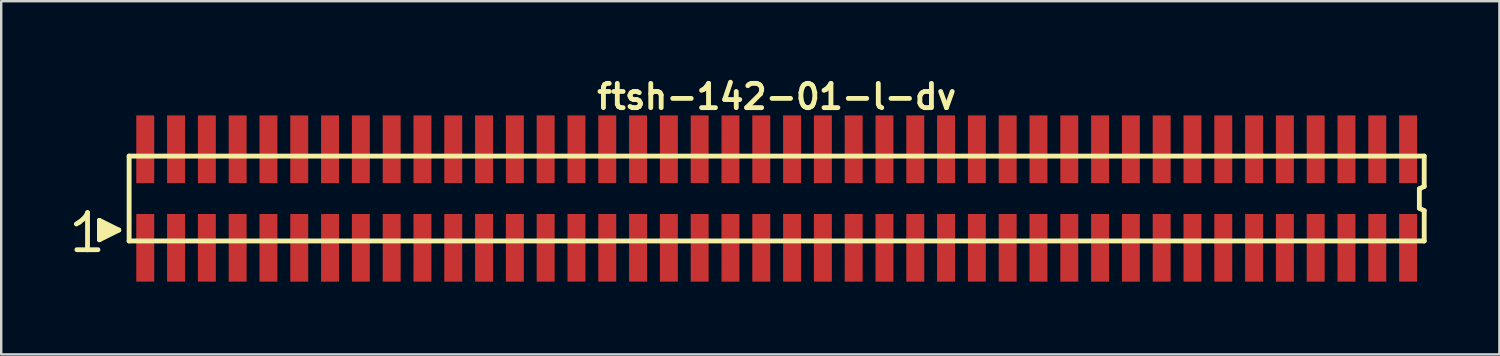
<source format=kicad_pcb>
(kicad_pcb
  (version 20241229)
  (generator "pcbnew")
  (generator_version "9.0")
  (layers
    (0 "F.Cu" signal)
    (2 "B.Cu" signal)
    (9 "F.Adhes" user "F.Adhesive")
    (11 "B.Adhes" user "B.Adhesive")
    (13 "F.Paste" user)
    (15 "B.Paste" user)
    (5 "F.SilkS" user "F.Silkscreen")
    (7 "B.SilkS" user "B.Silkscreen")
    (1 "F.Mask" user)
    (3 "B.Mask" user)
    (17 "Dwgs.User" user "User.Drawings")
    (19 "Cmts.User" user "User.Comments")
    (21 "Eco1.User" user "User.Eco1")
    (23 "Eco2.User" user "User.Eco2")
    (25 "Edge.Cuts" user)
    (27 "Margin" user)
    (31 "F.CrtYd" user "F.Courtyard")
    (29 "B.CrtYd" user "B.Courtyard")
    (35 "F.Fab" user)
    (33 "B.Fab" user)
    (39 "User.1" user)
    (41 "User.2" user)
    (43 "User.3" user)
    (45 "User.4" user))
  (footprint "ftsh-142-01-l-dv"
    (layer "F.Cu")
    (at 28.974 5.136)
    (property "Reference" "ftsh-142-01-l-dv" (at 0 -4.2 0) (layer "F.SilkS") (effects (font (size 1 1) (thickness 0.2))))
    (attr smd)
    (fp_line (start -28.875 1.05) (end -28.745 0.97) (stroke (width 0.198) (type solid)) (layer "F.SilkS"))
    (fp_line (start -28.745 0.97) (end -28.585 0.84) (stroke (width 0.198) (type solid)) (layer "F.SilkS"))
    (fp_line (start -28.585 0.84) (end -28.445 0.67) (stroke (width 0.198) (type solid)) (layer "F.SilkS"))
    (fp_line (start -28.445 0.67) (end -28.415 0.58) (stroke (width 0.198) (type solid)) (layer "F.SilkS"))
    (fp_line (start -28.415 0.58) (end -28.415 2.11) (stroke (width 0.198) (type solid)) (layer "F.SilkS"))
    (fp_line (start -28.415 2.11) (end -28.855 2.11) (stroke (width 0.198) (type solid)) (layer "F.SilkS"))
    (fp_line (start -27.985 2.11) (end -28.425 2.11) (stroke (width 0.198) (type solid)) (layer "F.SilkS"))
    (fp_line (start -27.925 0.9) (end -27.125 1.3) (stroke (width 0.198) (type solid)) (layer "F.SilkS"))
    (fp_line (start -27.925 1.7) (end -27.925 0.9) (stroke (width 0.198) (type solid)) (layer "F.SilkS"))
    (fp_line (start -27.825 1.6) (end -27.825 1) (stroke (width 0.198) (type solid)) (layer "F.SilkS"))
    (fp_line (start -27.725 1.1) (end -27.725 1.5) (stroke (width 0.198) (type solid)) (layer "F.SilkS"))
    (fp_line (start -27.625 1.5) (end -27.625 1.1) (stroke (width 0.198) (type solid)) (layer "F.SilkS"))
    (fp_line (start -27.525 1.2) (end -27.525 1.4) (stroke (width 0.198) (type solid)) (layer "F.SilkS"))
    (fp_line (start -27.425 1.4) (end -27.425 1.2) (stroke (width 0.198) (type solid)) (layer "F.SilkS"))
    (fp_line (start -27.125 1.3) (end -27.925 1.7) (stroke (width 0.198) (type solid)) (layer "F.SilkS"))
    (fp_line (start -26.7 -1.75) (end -26.7 1.75) (stroke (width 0.2) (type solid)) (layer "F.SilkS"))
    (fp_line (start -26.7 -1.75) (end 26.7 -1.75) (stroke (width 0.2) (type solid)) (layer "F.SilkS"))
    (fp_line (start -26.7 1.75) (end 26.7 1.75) (stroke (width 0.2) (type solid)) (layer "F.SilkS"))
    (fp_line (start 26.5 -0.4) (end 26.5 0.4) (stroke (width 0.2) (type solid)) (layer "F.SilkS"))
    (fp_line (start 26.5 0.4) (end 26.7 0.5) (stroke (width 0.2) (type solid)) (layer "F.SilkS"))
    (fp_line (start 26.7 -0.5) (end 26.5 -0.4) (stroke (width 0.2) (type solid)) (layer "F.SilkS"))
    (fp_line (start 26.7 -0.5) (end 26.7 -1.75) (stroke (width 0.2) (type solid)) (layer "F.SilkS"))
    (fp_line (start 26.7 0.5) (end 26.7 1.75) (stroke (width 0.2) (type solid)) (layer "F.SilkS"))
    (pad "1" smd rect (at -26.035 2.032) (size 0.74 2.79) (layers "F.Cu" "F.Mask" "F.Paste"))
    (pad "2" smd rect (at -26.035 -2.032) (size 0.74 2.79) (layers "F.Cu" "F.Mask" "F.Paste"))
    (pad "3" smd rect (at -24.765 2.032) (size 0.74 2.79) (layers "F.Cu" "F.Mask" "F.Paste"))
    (pad "4" smd rect (at -24.765 -2.032) (size 0.74 2.79) (layers "F.Cu" "F.Mask" "F.Paste"))
    (pad "5" smd rect (at -23.495 2.032) (size 0.74 2.79) (layers "F.Cu" "F.Mask" "F.Paste"))
    (pad "6" smd rect (at -23.495 -2.032) (size 0.74 2.79) (layers "F.Cu" "F.Mask" "F.Paste"))
    (pad "7" smd rect (at -22.225 2.032) (size 0.74 2.79) (layers "F.Cu" "F.Mask" "F.Paste"))
    (pad "8" smd rect (at -22.225 -2.032) (size 0.74 2.79) (layers "F.Cu" "F.Mask" "F.Paste"))
    (pad "9" smd rect (at -20.955 2.032) (size 0.74 2.79) (layers "F.Cu" "F.Mask" "F.Paste"))
    (pad "10" smd rect (at -20.955 -2.032) (size 0.74 2.79) (layers "F.Cu" "F.Mask" "F.Paste"))
    (pad "11" smd rect (at -19.685 2.032) (size 0.74 2.79) (layers "F.Cu" "F.Mask" "F.Paste"))
    (pad "12" smd rect (at -19.685 -2.032) (size 0.74 2.79) (layers "F.Cu" "F.Mask" "F.Paste"))
    (pad "13" smd rect (at -18.415 2.032) (size 0.74 2.79) (layers "F.Cu" "F.Mask" "F.Paste"))
    (pad "14" smd rect (at -18.415 -2.032) (size 0.74 2.79) (layers "F.Cu" "F.Mask" "F.Paste"))
    (pad "15" smd rect (at -17.145 2.032) (size 0.74 2.79) (layers "F.Cu" "F.Mask" "F.Paste"))
    (pad "16" smd rect (at -17.145 -2.032) (size 0.74 2.79) (layers "F.Cu" "F.Mask" "F.Paste"))
    (pad "17" smd rect (at -15.875 2.032) (size 0.74 2.79) (layers "F.Cu" "F.Mask" "F.Paste"))
    (pad "18" smd rect (at -15.875 -2.032) (size 0.74 2.79) (layers "F.Cu" "F.Mask" "F.Paste"))
    (pad "19" smd rect (at -14.605 2.032) (size 0.74 2.79) (layers "F.Cu" "F.Mask" "F.Paste"))
    (pad "20" smd rect (at -14.605 -2.032) (size 0.74 2.79) (layers "F.Cu" "F.Mask" "F.Paste"))
    (pad "21" smd rect (at -13.335 2.032) (size 0.74 2.79) (layers "F.Cu" "F.Mask" "F.Paste"))
    (pad "22" smd rect (at -13.335 -2.032) (size 0.74 2.79) (layers "F.Cu" "F.Mask" "F.Paste"))
    (pad "23" smd rect (at -12.065 2.032) (size 0.74 2.79) (layers "F.Cu" "F.Mask" "F.Paste"))
    (pad "24" smd rect (at -12.065 -2.032) (size 0.74 2.79) (layers "F.Cu" "F.Mask" "F.Paste"))
    (pad "25" smd rect (at -10.795 2.032) (size 0.74 2.79) (layers "F.Cu" "F.Mask" "F.Paste"))
    (pad "26" smd rect (at -10.795 -2.032) (size 0.74 2.79) (layers "F.Cu" "F.Mask" "F.Paste"))
    (pad "27" smd rect (at -9.525 2.032) (size 0.74 2.79) (layers "F.Cu" "F.Mask" "F.Paste"))
    (pad "28" smd rect (at -9.525 -2.032) (size 0.74 2.79) (layers "F.Cu" "F.Mask" "F.Paste"))
    (pad "29" smd rect (at -8.255 2.032) (size 0.74 2.79) (layers "F.Cu" "F.Mask" "F.Paste"))
    (pad "30" smd rect (at -8.255 -2.032) (size 0.74 2.79) (layers "F.Cu" "F.Mask" "F.Paste"))
    (pad "31" smd rect (at -6.985 2.032) (size 0.74 2.79) (layers "F.Cu" "F.Mask" "F.Paste"))
    (pad "32" smd rect (at -6.985 -2.032) (size 0.74 2.79) (layers "F.Cu" "F.Mask" "F.Paste"))
    (pad "33" smd rect (at -5.715 2.032) (size 0.74 2.79) (layers "F.Cu" "F.Mask" "F.Paste"))
    (pad "34" smd rect (at -5.715 -2.032) (size 0.74 2.79) (layers "F.Cu" "F.Mask" "F.Paste"))
    (pad "35" smd rect (at -4.445 2.032) (size 0.74 2.79) (layers "F.Cu" "F.Mask" "F.Paste"))
    (pad "36" smd rect (at -4.445 -2.032) (size 0.74 2.79) (layers "F.Cu" "F.Mask" "F.Paste"))
    (pad "37" smd rect (at -3.175 2.032) (size 0.74 2.79) (layers "F.Cu" "F.Mask" "F.Paste"))
    (pad "38" smd rect (at -3.175 -2.032) (size 0.74 2.79) (layers "F.Cu" "F.Mask" "F.Paste"))
    (pad "39" smd rect (at -1.905 2.032) (size 0.74 2.79) (layers "F.Cu" "F.Mask" "F.Paste"))
    (pad "40" smd rect (at -1.905 -2.032) (size 0.74 2.79) (layers "F.Cu" "F.Mask" "F.Paste"))
    (pad "41" smd rect (at -0.635 2.032) (size 0.74 2.79) (layers "F.Cu" "F.Mask" "F.Paste"))
    (pad "42" smd rect (at -0.635 -2.032) (size 0.74 2.79) (layers "F.Cu" "F.Mask" "F.Paste"))
    (pad "43" smd rect (at 0.635 2.032) (size 0.74 2.79) (layers "F.Cu" "F.Mask" "F.Paste"))
    (pad "44" smd rect (at 0.635 -2.032) (size 0.74 2.79) (layers "F.Cu" "F.Mask" "F.Paste"))
    (pad "45" smd rect (at 1.905 2.032) (size 0.74 2.79) (layers "F.Cu" "F.Mask" "F.Paste"))
    (pad "46" smd rect (at 1.905 -2.032) (size 0.74 2.79) (layers "F.Cu" "F.Mask" "F.Paste"))
    (pad "47" smd rect (at 3.175 2.032) (size 0.74 2.79) (layers "F.Cu" "F.Mask" "F.Paste"))
    (pad "48" smd rect (at 3.175 -2.032) (size 0.74 2.79) (layers "F.Cu" "F.Mask" "F.Paste"))
    (pad "49" smd rect (at 4.445 2.032) (size 0.74 2.79) (layers "F.Cu" "F.Mask" "F.Paste"))
    (pad "50" smd rect (at 4.445 -2.032) (size 0.74 2.79) (layers "F.Cu" "F.Mask" "F.Paste"))
    (pad "51" smd rect (at 5.715 2.032) (size 0.74 2.79) (layers "F.Cu" "F.Mask" "F.Paste"))
    (pad "52" smd rect (at 5.715 -2.032) (size 0.74 2.79) (layers "F.Cu" "F.Mask" "F.Paste"))
    (pad "53" smd rect (at 6.985 2.032) (size 0.74 2.79) (layers "F.Cu" "F.Mask" "F.Paste"))
    (pad "54" smd rect (at 6.985 -2.032) (size 0.74 2.79) (layers "F.Cu" "F.Mask" "F.Paste"))
    (pad "55" smd rect (at 8.255 2.032) (size 0.74 2.79) (layers "F.Cu" "F.Mask" "F.Paste"))
    (pad "56" smd rect (at 8.255 -2.032) (size 0.74 2.79) (layers "F.Cu" "F.Mask" "F.Paste"))
    (pad "57" smd rect (at 9.525 2.032) (size 0.74 2.79) (layers "F.Cu" "F.Mask" "F.Paste"))
    (pad "58" smd rect (at 9.525 -2.032) (size 0.74 2.79) (layers "F.Cu" "F.Mask" "F.Paste"))
    (pad "59" smd rect (at 10.795 2.032) (size 0.74 2.79) (layers "F.Cu" "F.Mask" "F.Paste"))
    (pad "60" smd rect (at 10.795 -2.032) (size 0.74 2.79) (layers "F.Cu" "F.Mask" "F.Paste"))
    (pad "61" smd rect (at 12.065 2.032) (size 0.74 2.79) (layers "F.Cu" "F.Mask" "F.Paste"))
    (pad "62" smd rect (at 12.065 -2.032) (size 0.74 2.79) (layers "F.Cu" "F.Mask" "F.Paste"))
    (pad "63" smd rect (at 13.335 2.032) (size 0.74 2.79) (layers "F.Cu" "F.Mask" "F.Paste"))
    (pad "64" smd rect (at 13.335 -2.032) (size 0.74 2.79) (layers "F.Cu" "F.Mask" "F.Paste"))
    (pad "65" smd rect (at 14.605 2.032) (size 0.74 2.79) (layers "F.Cu" "F.Mask" "F.Paste"))
    (pad "66" smd rect (at 14.605 -2.032) (size 0.74 2.79) (layers "F.Cu" "F.Mask" "F.Paste"))
    (pad "67" smd rect (at 15.875 2.032) (size 0.74 2.79) (layers "F.Cu" "F.Mask" "F.Paste"))
    (pad "68" smd rect (at 15.875 -2.032) (size 0.74 2.79) (layers "F.Cu" "F.Mask" "F.Paste"))
    (pad "69" smd rect (at 17.145 2.032) (size 0.74 2.79) (layers "F.Cu" "F.Mask" "F.Paste"))
    (pad "70" smd rect (at 17.145 -2.032) (size 0.74 2.79) (layers "F.Cu" "F.Mask" "F.Paste"))
    (pad "71" smd rect (at 18.415 2.032) (size 0.74 2.79) (layers "F.Cu" "F.Mask" "F.Paste"))
    (pad "72" smd rect (at 18.415 -2.032) (size 0.74 2.79) (layers "F.Cu" "F.Mask" "F.Paste"))
    (pad "73" smd rect (at 19.685 2.032) (size 0.74 2.79) (layers "F.Cu" "F.Mask" "F.Paste"))
    (pad "74" smd rect (at 19.685 -2.032) (size 0.74 2.79) (layers "F.Cu" "F.Mask" "F.Paste"))
    (pad "75" smd rect (at 20.955 2.032) (size 0.74 2.79) (layers "F.Cu" "F.Mask" "F.Paste"))
    (pad "76" smd rect (at 20.955 -2.032) (size 0.74 2.79) (layers "F.Cu" "F.Mask" "F.Paste"))
    (pad "77" smd rect (at 22.225 2.032) (size 0.74 2.79) (layers "F.Cu" "F.Mask" "F.Paste"))
    (pad "78" smd rect (at 22.225 -2.032) (size 0.74 2.79) (layers "F.Cu" "F.Mask" "F.Paste"))
    (pad "79" smd rect (at 23.495 2.032) (size 0.74 2.79) (layers "F.Cu" "F.Mask" "F.Paste"))
    (pad "80" smd rect (at 23.495 -2.032) (size 0.74 2.79) (layers "F.Cu" "F.Mask" "F.Paste"))
    (pad "81" smd rect (at 24.765 2.032) (size 0.74 2.79) (layers "F.Cu" "F.Mask" "F.Paste"))
    (pad "82" smd rect (at 24.765 -2.032) (size 0.74 2.79) (layers "F.Cu" "F.Mask" "F.Paste"))
    (pad "83" smd rect (at 26.035 2.032) (size 0.74 2.79) (layers "F.Cu" "F.Mask" "F.Paste"))
    (pad "84" smd rect (at 26.035 -2.032) (size 0.74 2.79) (layers "F.Cu" "F.Mask" "F.Paste")))
  (gr_rect
    (start -3 -3)
    (end 58.774 11.563)
    (stroke (width 0.1) (type default))
    (fill no)
    (layer "Edge.Cuts")))
</source>
